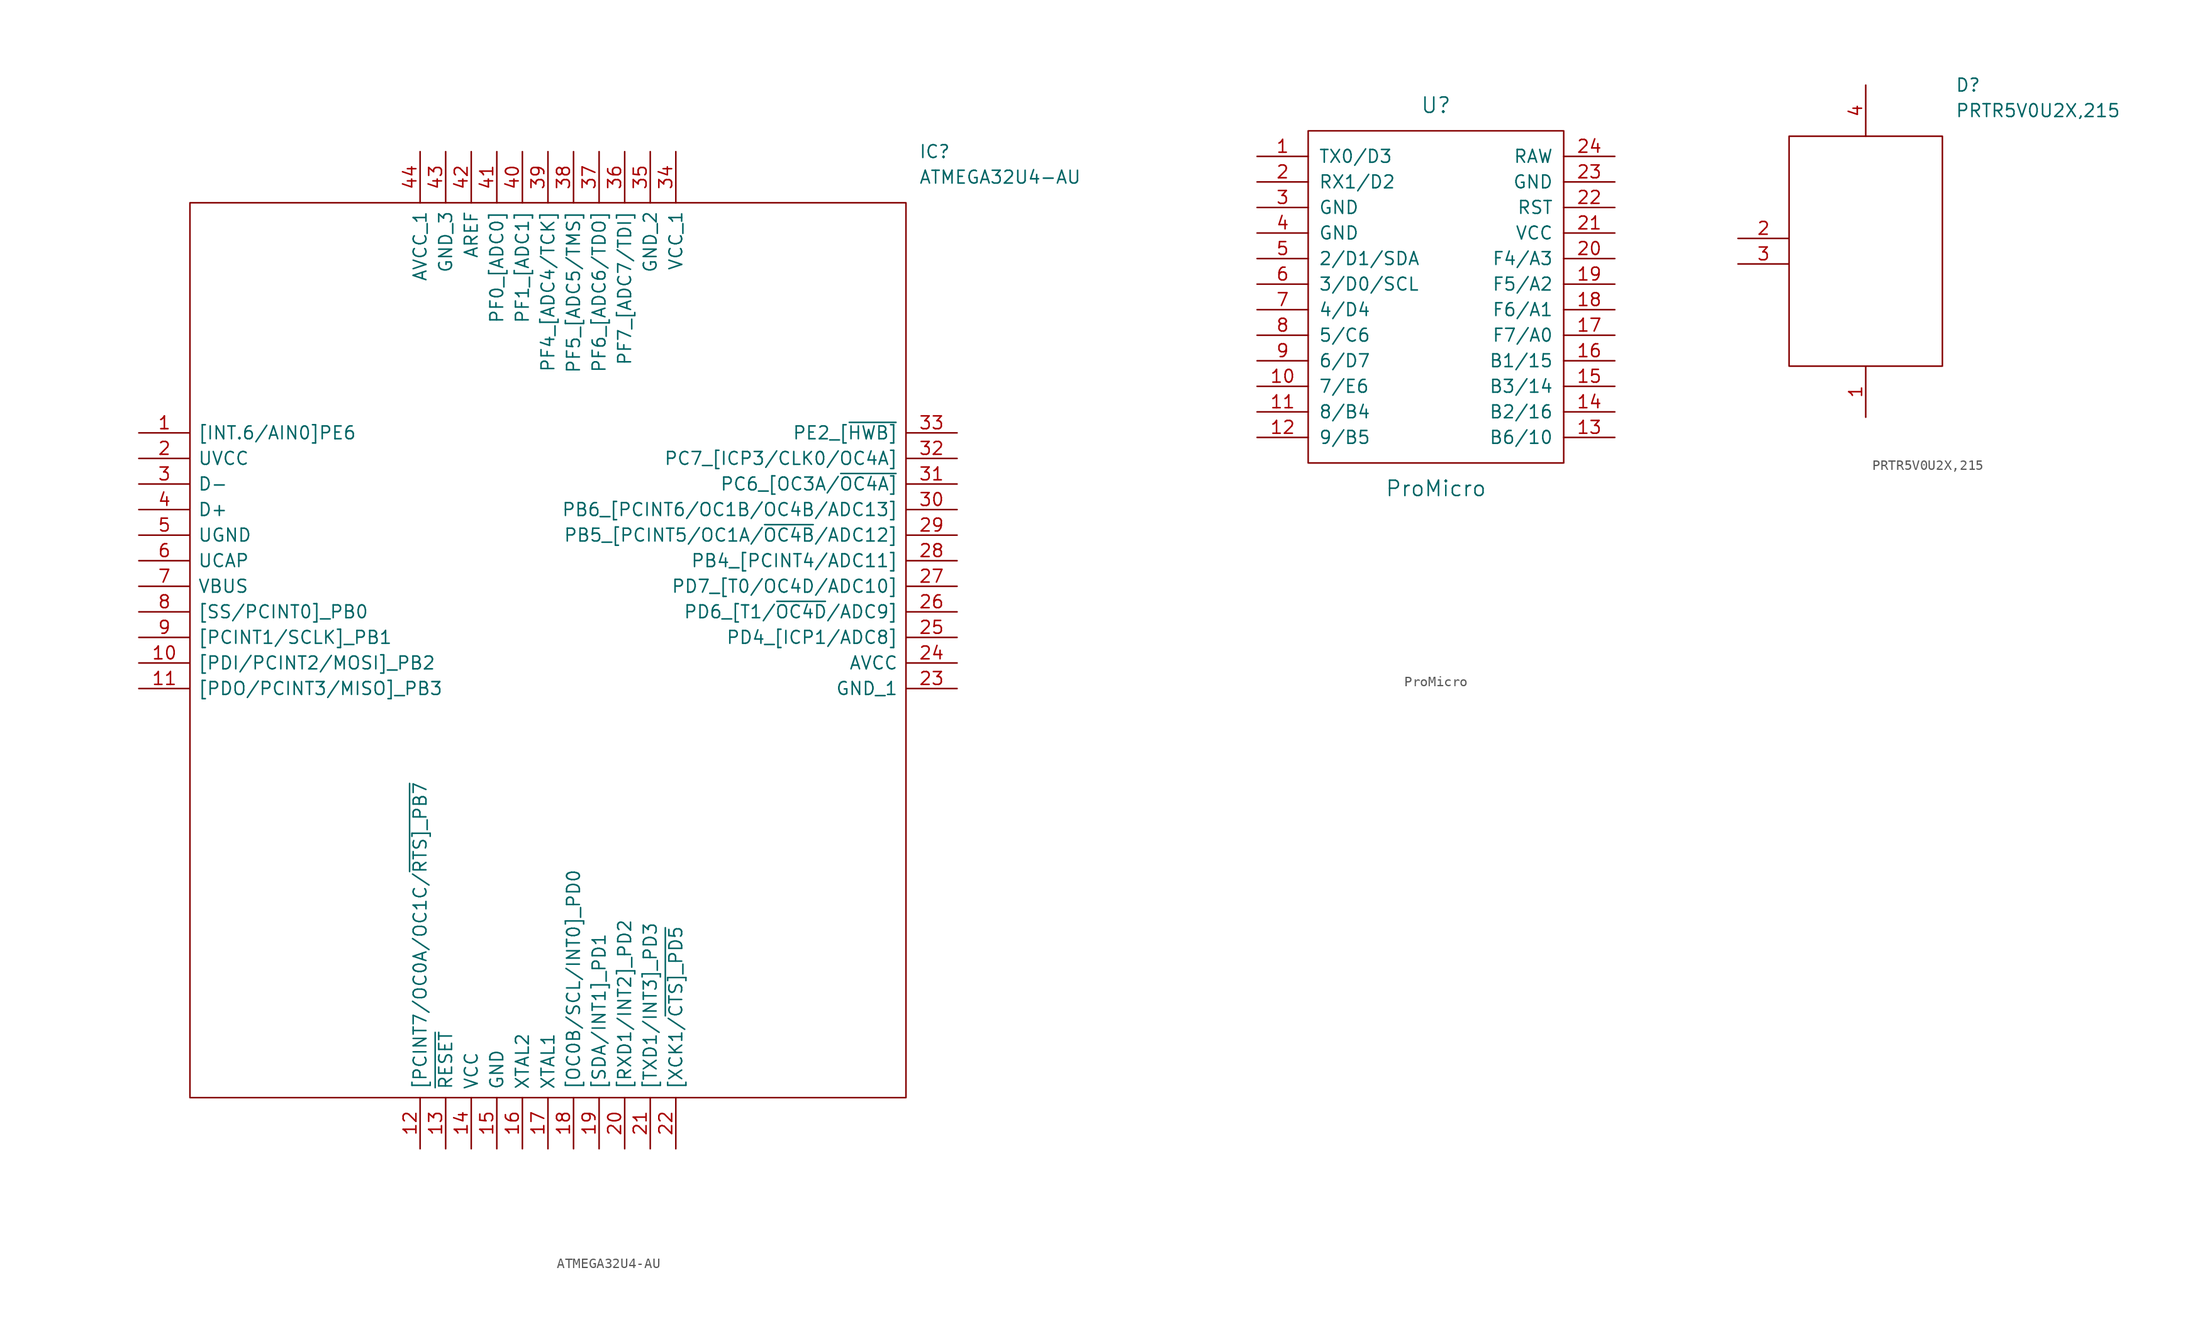
<source format=kicad_sym>
(kicad_symbol_lib
  (version 20211014)
  (generator kicad_symbol_editor)
  (symbol "ATMEGA32U4-AU"
    (pin_names
      (offset 0.762))
    (property "Reference" "IC"
      (at 77.47 27.94 0)
      (effects (font (size 1.27 1.27)) (justify left)))
    (property "Value" "ATMEGA32U4-AU"
      (at 77.47 25.4 0)
      (effects (font (size 1.27 1.27)) (justify left)))
    (symbol "ATMEGA32U4-AU_0_0"
      (pin input line (at 0 0 0) (length 5.08) (name "[INT.6/AIN0]PE6" (effects (font (size 1.27 1.27)))) (number "1" (effects (font (size 1.27 1.27)))))
      (pin input line (at 0 -22.86 0) (length 5.08) (name "[PDI/PCINT2/MOSI]_PB2" (effects (font (size 1.27 1.27)))) (number "10" (effects (font (size 1.27 1.27)))))
      (pin input line (at 0 -25.4 0) (length 5.08) (name "[PDO/PCINT3/MISO]_PB3" (effects (font (size 1.27 1.27)))) (number "11" (effects (font (size 1.27 1.27)))))
      (pin input line (at 27.94 -71.12 90) (length 5.08) (name "[PCINT7/OC0A/OC1C/~{RTS]_PB7}" (effects (font (size 1.27 1.27)))) (number "12" (effects (font (size 1.27 1.27)))))
      (pin unspecified line (at 30.48 -71.12 90) (length 5.08) (name "~{RESET}" (effects (font (size 1.27 1.27)))) (number "13" (effects (font (size 1.27 1.27)))))
      (pin power_in line (at 33.02 -71.12 90) (length 5.08) (name "VCC" (effects (font (size 1.27 1.27)))) (number "14" (effects (font (size 1.27 1.27)))))
      (pin power_in line (at 35.56 -71.12 90) (length 5.08) (name "GND" (effects (font (size 1.27 1.27)))) (number "15" (effects (font (size 1.27 1.27)))))
      (pin unspecified line (at 38.1 -71.12 90) (length 5.08) (name "XTAL2" (effects (font (size 1.27 1.27)))) (number "16" (effects (font (size 1.27 1.27)))))
      (pin unspecified line (at 40.64 -71.12 90) (length 5.08) (name "XTAL1" (effects (font (size 1.27 1.27)))) (number "17" (effects (font (size 1.27 1.27)))))
      (pin input line (at 43.18 -71.12 90) (length 5.08) (name "[OC0B/SCL/INT0]_PD0" (effects (font (size 1.27 1.27)))) (number "18" (effects (font (size 1.27 1.27)))))
      (pin input line (at 45.72 -71.12 90) (length 5.08) (name "[SDA/INT1]_PD1" (effects (font (size 1.27 1.27)))) (number "19" (effects (font (size 1.27 1.27)))))
      (pin power_in line (at 0 -2.54 0) (length 5.08) (name "UVCC" (effects (font (size 1.27 1.27)))) (number "2" (effects (font (size 1.27 1.27)))))
      (pin input line (at 48.26 -71.12 90) (length 5.08) (name "[RXD1/INT2]_PD2" (effects (font (size 1.27 1.27)))) (number "20" (effects (font (size 1.27 1.27)))))
      (pin input line (at 50.8 -71.12 90) (length 5.08) (name "[TXD1/INT3]_PD3" (effects (font (size 1.27 1.27)))) (number "21" (effects (font (size 1.27 1.27)))))
      (pin unspecified line (at 53.34 -71.12 90) (length 5.08) (name "[XCK1/~{CTS]_PD5}" (effects (font (size 1.27 1.27)))) (number "22" (effects (font (size 1.27 1.27)))))
      (pin power_in line (at 81.28 -25.4 180) (length 5.08) (name "GND_1" (effects (font (size 1.27 1.27)))) (number "23" (effects (font (size 1.27 1.27)))))
      (pin power_in line (at 81.28 -22.86 180) (length 5.08) (name "AVCC" (effects (font (size 1.27 1.27)))) (number "24" (effects (font (size 1.27 1.27)))))
      (pin unspecified line (at 81.28 -20.32 180) (length 5.08) (name "PD4_[ICP1/ADC8]" (effects (font (size 1.27 1.27)))) (number "25" (effects (font (size 1.27 1.27)))))
      (pin unspecified line (at 81.28 -17.78 180) (length 5.08) (name "PD6_[T1/~{OC4D}/ADC9]" (effects (font (size 1.27 1.27)))) (number "26" (effects (font (size 1.27 1.27)))))
      (pin unspecified line (at 81.28 -15.24 180) (length 5.08) (name "PD7_[T0/OC4D/ADC10]" (effects (font (size 1.27 1.27)))) (number "27" (effects (font (size 1.27 1.27)))))
      (pin input line (at 81.28 -12.7 180) (length 5.08) (name "PB4_[PCINT4/ADC11]" (effects (font (size 1.27 1.27)))) (number "28" (effects (font (size 1.27 1.27)))))
      (pin input line (at 81.28 -10.16 180) (length 5.08) (name "PB5_[PCINT5/OC1A/~{OC4B}/ADC12]" (effects (font (size 1.27 1.27)))) (number "29" (effects (font (size 1.27 1.27)))))
      (pin unspecified line (at 0 -5.08 0) (length 5.08) (name "D-" (effects (font (size 1.27 1.27)))) (number "3" (effects (font (size 1.27 1.27)))))
      (pin input line (at 81.28 -7.62 180) (length 5.08) (name "PB6_[PCINT6/OC1B/OC4B/ADC13]" (effects (font (size 1.27 1.27)))) (number "30" (effects (font (size 1.27 1.27)))))
      (pin unspecified line (at 81.28 -5.08 180) (length 5.08) (name "PC6_[OC3A/~{OC4A]}" (effects (font (size 1.27 1.27)))) (number "31" (effects (font (size 1.27 1.27)))))
      (pin input line (at 81.28 -2.54 180) (length 5.08) (name "PC7_[ICP3/CLK0/OC4A]" (effects (font (size 1.27 1.27)))) (number "32" (effects (font (size 1.27 1.27)))))
      (pin unspecified line (at 81.28 0 180) (length 5.08) (name "PE2_[~{HWB]}" (effects (font (size 1.27 1.27)))) (number "33" (effects (font (size 1.27 1.27)))))
      (pin power_in line (at 53.34 27.94 270) (length 5.08) (name "VCC_1" (effects (font (size 1.27 1.27)))) (number "34" (effects (font (size 1.27 1.27)))))
      (pin power_in line (at 50.8 27.94 270) (length 5.08) (name "GND_2" (effects (font (size 1.27 1.27)))) (number "35" (effects (font (size 1.27 1.27)))))
      (pin unspecified line (at 48.26 27.94 270) (length 5.08) (name "PF7_[ADC7/TDI]" (effects (font (size 1.27 1.27)))) (number "36" (effects (font (size 1.27 1.27)))))
      (pin unspecified line (at 45.72 27.94 270) (length 5.08) (name "PF6_[ADC6/TDO]" (effects (font (size 1.27 1.27)))) (number "37" (effects (font (size 1.27 1.27)))))
      (pin unspecified line (at 43.18 27.94 270) (length 5.08) (name "PF5_[ADC5/TMS]" (effects (font (size 1.27 1.27)))) (number "38" (effects (font (size 1.27 1.27)))))
      (pin unspecified line (at 40.64 27.94 270) (length 5.08) (name "PF4_[ADC4/TCK]" (effects (font (size 1.27 1.27)))) (number "39" (effects (font (size 1.27 1.27)))))
      (pin unspecified line (at 0 -7.62 0) (length 5.08) (name "D+" (effects (font (size 1.27 1.27)))) (number "4" (effects (font (size 1.27 1.27)))))
      (pin unspecified line (at 38.1 27.94 270) (length 5.08) (name "PF1_[ADC1]" (effects (font (size 1.27 1.27)))) (number "40" (effects (font (size 1.27 1.27)))))
      (pin unspecified line (at 35.56 27.94 270) (length 5.08) (name "PF0_[ADC0]" (effects (font (size 1.27 1.27)))) (number "41" (effects (font (size 1.27 1.27)))))
      (pin input line (at 33.02 27.94 270) (length 5.08) (name "AREF" (effects (font (size 1.27 1.27)))) (number "42" (effects (font (size 1.27 1.27)))))
      (pin power_in line (at 30.48 27.94 270) (length 5.08) (name "GND_3" (effects (font (size 1.27 1.27)))) (number "43" (effects (font (size 1.27 1.27)))))
      (pin power_in line (at 27.94 27.94 270) (length 5.08) (name "AVCC_1" (effects (font (size 1.27 1.27)))) (number "44" (effects (font (size 1.27 1.27)))))
      (pin power_in line (at 0 -10.16 0) (length 5.08) (name "UGND" (effects (font (size 1.27 1.27)))) (number "5" (effects (font (size 1.27 1.27)))))
      (pin unspecified line (at 0 -12.7 0) (length 5.08) (name "UCAP" (effects (font (size 1.27 1.27)))) (number "6" (effects (font (size 1.27 1.27)))))
      (pin unspecified line (at 0 -15.24 0) (length 5.08) (name "VBUS" (effects (font (size 1.27 1.27)))) (number "7" (effects (font (size 1.27 1.27)))))
      (pin input line (at 0 -17.78 0) (length 5.08) (name "[SS/PCINT0]_PB0" (effects (font (size 1.27 1.27)))) (number "8" (effects (font (size 1.27 1.27)))))
      (pin input line (at 0 -20.32 0) (length 5.08) (name "[PCINT1/SCLK]_PB1" (effects (font (size 1.27 1.27)))) (number "9" (effects (font (size 1.27 1.27))))))
    (symbol "ATMEGA32U4-AU_0_1"
      (polyline (pts (xy 5.08 22.86) (xy 76.2 22.86) (xy 76.2 -66.04) (xy 5.08 -66.04) (xy 5.08 22.86)) (stroke (width 0.152) (type default) (color 0 0 0 0)) (fill (type none)))))
  (symbol "ProMicro"
    (pin_names
      (offset 1.016))
    (property "Reference" "U"
      (at 0 24.13 0)
      (effects (font (size 1.524 1.524))))
    (property "Value" "ProMicro"
      (at 0 -13.97 0)
      (effects (font (size 1.524 1.524))))
    (property "Footprint" ""
      (at 2.54 -26.67 0)
      (effects (font (size 1.524 1.524))))
    (property "Datasheet" ""
      (at 2.54 -26.67 0)
      (effects (font (size 1.524 1.524))))
    (symbol "ProMicro_0_1"
      (rectangle (start -12.7 21.59) (end 12.7 -11.43) (stroke (width 0) (type default) (color 0 0 0 0)) (fill (type none))))
    (symbol "ProMicro_1_1"
      (pin bidirectional line (at -17.78 19.05 0) (length 5.08) (name "TX0/D3" (effects (font (size 1.27 1.27)))) (number "1" (effects (font (size 1.27 1.27)))))
      (pin bidirectional line (at -17.78 -3.81 0) (length 5.08) (name "7/E6" (effects (font (size 1.27 1.27)))) (number "10" (effects (font (size 1.27 1.27)))))
      (pin bidirectional line (at -17.78 -6.35 0) (length 5.08) (name "8/B4" (effects (font (size 1.27 1.27)))) (number "11" (effects (font (size 1.27 1.27)))))
      (pin bidirectional line (at -17.78 -8.89 0) (length 5.08) (name "9/B5" (effects (font (size 1.27 1.27)))) (number "12" (effects (font (size 1.27 1.27)))))
      (pin bidirectional line (at 17.78 -8.89 180) (length 5.08) (name "B6/10" (effects (font (size 1.27 1.27)))) (number "13" (effects (font (size 1.27 1.27)))))
      (pin bidirectional line (at 17.78 -6.35 180) (length 5.08) (name "B2/16" (effects (font (size 1.27 1.27)))) (number "14" (effects (font (size 1.27 1.27)))))
      (pin bidirectional line (at 17.78 -3.81 180) (length 5.08) (name "B3/14" (effects (font (size 1.27 1.27)))) (number "15" (effects (font (size 1.27 1.27)))))
      (pin bidirectional line (at 17.78 -1.27 180) (length 5.08) (name "B1/15" (effects (font (size 1.27 1.27)))) (number "16" (effects (font (size 1.27 1.27)))))
      (pin bidirectional line (at 17.78 1.27 180) (length 5.08) (name "F7/A0" (effects (font (size 1.27 1.27)))) (number "17" (effects (font (size 1.27 1.27)))))
      (pin bidirectional line (at 17.78 3.81 180) (length 5.08) (name "F6/A1" (effects (font (size 1.27 1.27)))) (number "18" (effects (font (size 1.27 1.27)))))
      (pin bidirectional line (at 17.78 6.35 180) (length 5.08) (name "F5/A2" (effects (font (size 1.27 1.27)))) (number "19" (effects (font (size 1.27 1.27)))))
      (pin bidirectional line (at -17.78 16.51 0) (length 5.08) (name "RX1/D2" (effects (font (size 1.27 1.27)))) (number "2" (effects (font (size 1.27 1.27)))))
      (pin bidirectional line (at 17.78 8.89 180) (length 5.08) (name "F4/A3" (effects (font (size 1.27 1.27)))) (number "20" (effects (font (size 1.27 1.27)))))
      (pin power_in line (at 17.78 11.43 180) (length 5.08) (name "VCC" (effects (font (size 1.27 1.27)))) (number "21" (effects (font (size 1.27 1.27)))))
      (pin input line (at 17.78 13.97 180) (length 5.08) (name "RST" (effects (font (size 1.27 1.27)))) (number "22" (effects (font (size 1.27 1.27)))))
      (pin power_in line (at 17.78 16.51 180) (length 5.08) (name "GND" (effects (font (size 1.27 1.27)))) (number "23" (effects (font (size 1.27 1.27)))))
      (pin power_out line (at 17.78 19.05 180) (length 5.08) (name "RAW" (effects (font (size 1.27 1.27)))) (number "24" (effects (font (size 1.27 1.27)))))
      (pin power_in line (at -17.78 13.97 0) (length 5.08) (name "GND" (effects (font (size 1.27 1.27)))) (number "3" (effects (font (size 1.27 1.27)))))
      (pin power_in line (at -17.78 11.43 0) (length 5.08) (name "GND" (effects (font (size 1.27 1.27)))) (number "4" (effects (font (size 1.27 1.27)))))
      (pin bidirectional line (at -17.78 8.89 0) (length 5.08) (name "2/D1/SDA" (effects (font (size 1.27 1.27)))) (number "5" (effects (font (size 1.27 1.27)))))
      (pin bidirectional line (at -17.78 6.35 0) (length 5.08) (name "3/D0/SCL" (effects (font (size 1.27 1.27)))) (number "6" (effects (font (size 1.27 1.27)))))
      (pin bidirectional line (at -17.78 3.81 0) (length 5.08) (name "4/D4" (effects (font (size 1.27 1.27)))) (number "7" (effects (font (size 1.27 1.27)))))
      (pin bidirectional line (at -17.78 1.27 0) (length 5.08) (name "5/C6" (effects (font (size 1.27 1.27)))) (number "8" (effects (font (size 1.27 1.27)))))
      (pin bidirectional line (at -17.78 -1.27 0) (length 5.08) (name "6/D7" (effects (font (size 1.27 1.27)))) (number "9" (effects (font (size 1.27 1.27)))))))
  (symbol "PRTR5V0U2X,215"
    (pin_names
      (offset 0.762))
    (property "Reference" "D"
      (at 21.59 15.24 0)
      (effects (font (size 1.27 1.27)) (justify left)))
    (property "Value" "PRTR5V0U2X,215"
      (at 21.59 12.7 0)
      (effects (font (size 1.27 1.27)) (justify left)))
    (symbol "PRTR5V0U2X,215_0_0"
      (pin power_in line (at 12.7 -17.78 90) (length 5.08) (name "~" (effects (font (size 1.27 1.27)))) (number "1" (effects (font (size 1.27 1.27)))))
      (pin bidirectional line (at 0 0 0) (length 5.08) (name "~" (effects (font (size 1.27 1.27)))) (number "2" (effects (font (size 1.27 1.27)))))
      (pin bidirectional line (at 0 -2.54 0) (length 5.08) (name "~" (effects (font (size 1.27 1.27)))) (number "3" (effects (font (size 1.27 1.27)))))
      (pin power_in line (at 12.7 15.24 270) (length 5.08) (name "~" (effects (font (size 1.27 1.27)))) (number "4" (effects (font (size 1.27 1.27))))))
    (symbol "PRTR5V0U2X,215_0_1"
      (polyline (pts (xy 5.08 10.16) (xy 20.32 10.16) (xy 20.32 -12.7) (xy 5.08 -12.7) (xy 5.08 10.16)) (stroke (width 0.152) (type default) (color 0 0 0 0)) (fill (type none))))))
</source>
